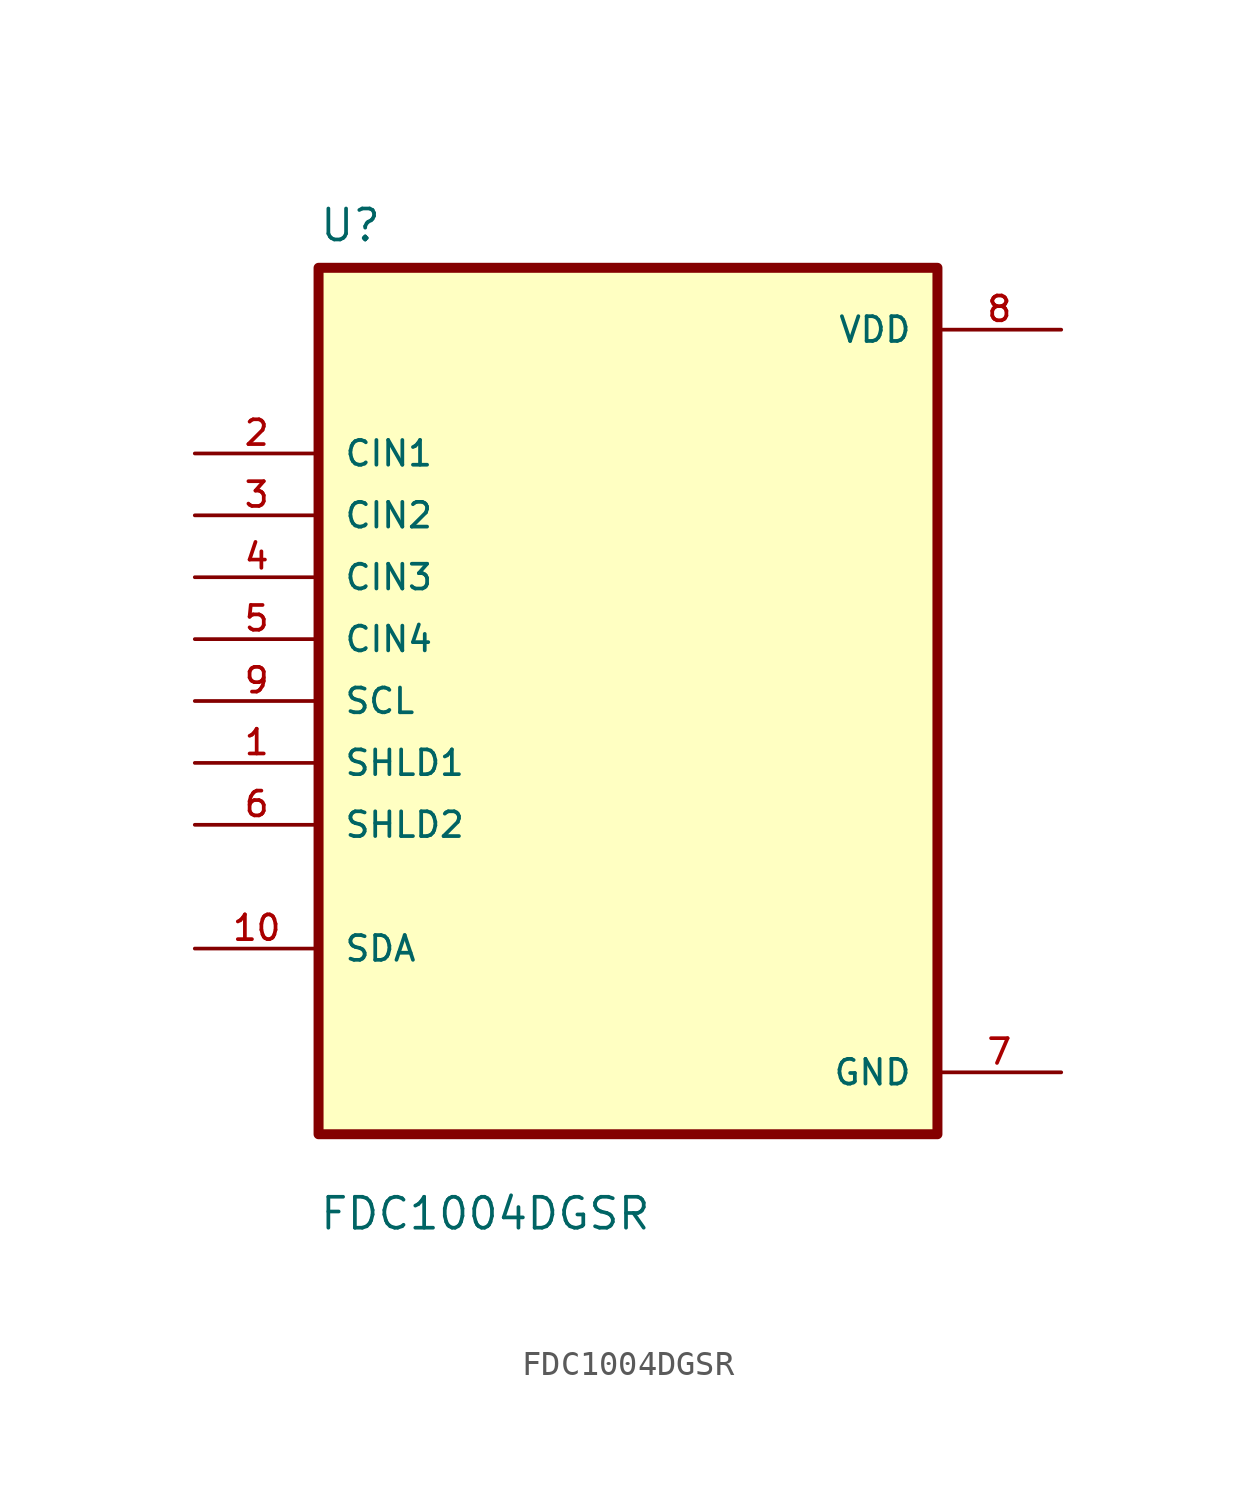
<source format=kicad_sym>
(kicad_symbol_lib
  (version 20211014)
  (generator kicad_symbol_editor)
  (symbol "FDC1004DGSR"
    (pin_names
      (offset 1.016))
    (property "Reference" "U"
      (at -12.7 18.78 0.0)
      (effects (font (size 1.27 1.27)) (justify bottom left)))
    (property "Value" "FDC1004DGSR"
      (at -12.7 -21.78 0.0)
      (effects (font (size 1.27 1.27)) (justify bottom left)))
    (symbol "FDC1004DGSR_0_0"
      (rectangle (start -12.7 -17.78) (end 12.7 17.78) (stroke (width 0.41)) (fill (type background)))
      (pin input line (at -17.78 10.16 0) (length 5.08) (name "CIN1" (effects (font (size 1.016 1.016)))) (number "2" (effects (font (size 1.016 1.016)))))
      (pin input line (at -17.78 7.62 0) (length 5.08) (name "CIN2" (effects (font (size 1.016 1.016)))) (number "3" (effects (font (size 1.016 1.016)))))
      (pin input line (at -17.78 5.08 0) (length 5.08) (name "CIN3" (effects (font (size 1.016 1.016)))) (number "4" (effects (font (size 1.016 1.016)))))
      (pin input line (at -17.78 2.54 0) (length 5.08) (name "CIN4" (effects (font (size 1.016 1.016)))) (number "5" (effects (font (size 1.016 1.016)))))
      (pin input line (at -17.78 0.0 0) (length 5.08) (name "SCL" (effects (font (size 1.016 1.016)))) (number "9" (effects (font (size 1.016 1.016)))))
      (pin input line (at -17.78 -2.54 0) (length 5.08) (name "SHLD1" (effects (font (size 1.016 1.016)))) (number "1" (effects (font (size 1.016 1.016)))))
      (pin input line (at -17.78 -5.08 0) (length 5.08) (name "SHLD2" (effects (font (size 1.016 1.016)))) (number "6" (effects (font (size 1.016 1.016)))))
      (pin bidirectional line (at -17.78 -10.16 0) (length 5.08) (name "SDA" (effects (font (size 1.016 1.016)))) (number "10" (effects (font (size 1.016 1.016)))))
      (pin power_in line (at 17.78 15.24 180.0) (length 5.08) (name "VDD" (effects (font (size 1.016 1.016)))) (number "8" (effects (font (size 1.016 1.016)))))
      (pin power_in line (at 17.78 -15.24 180.0) (length 5.08) (name "GND" (effects (font (size 1.016 1.016)))) (number "7" (effects (font (size 1.016 1.016))))))))
</source>
